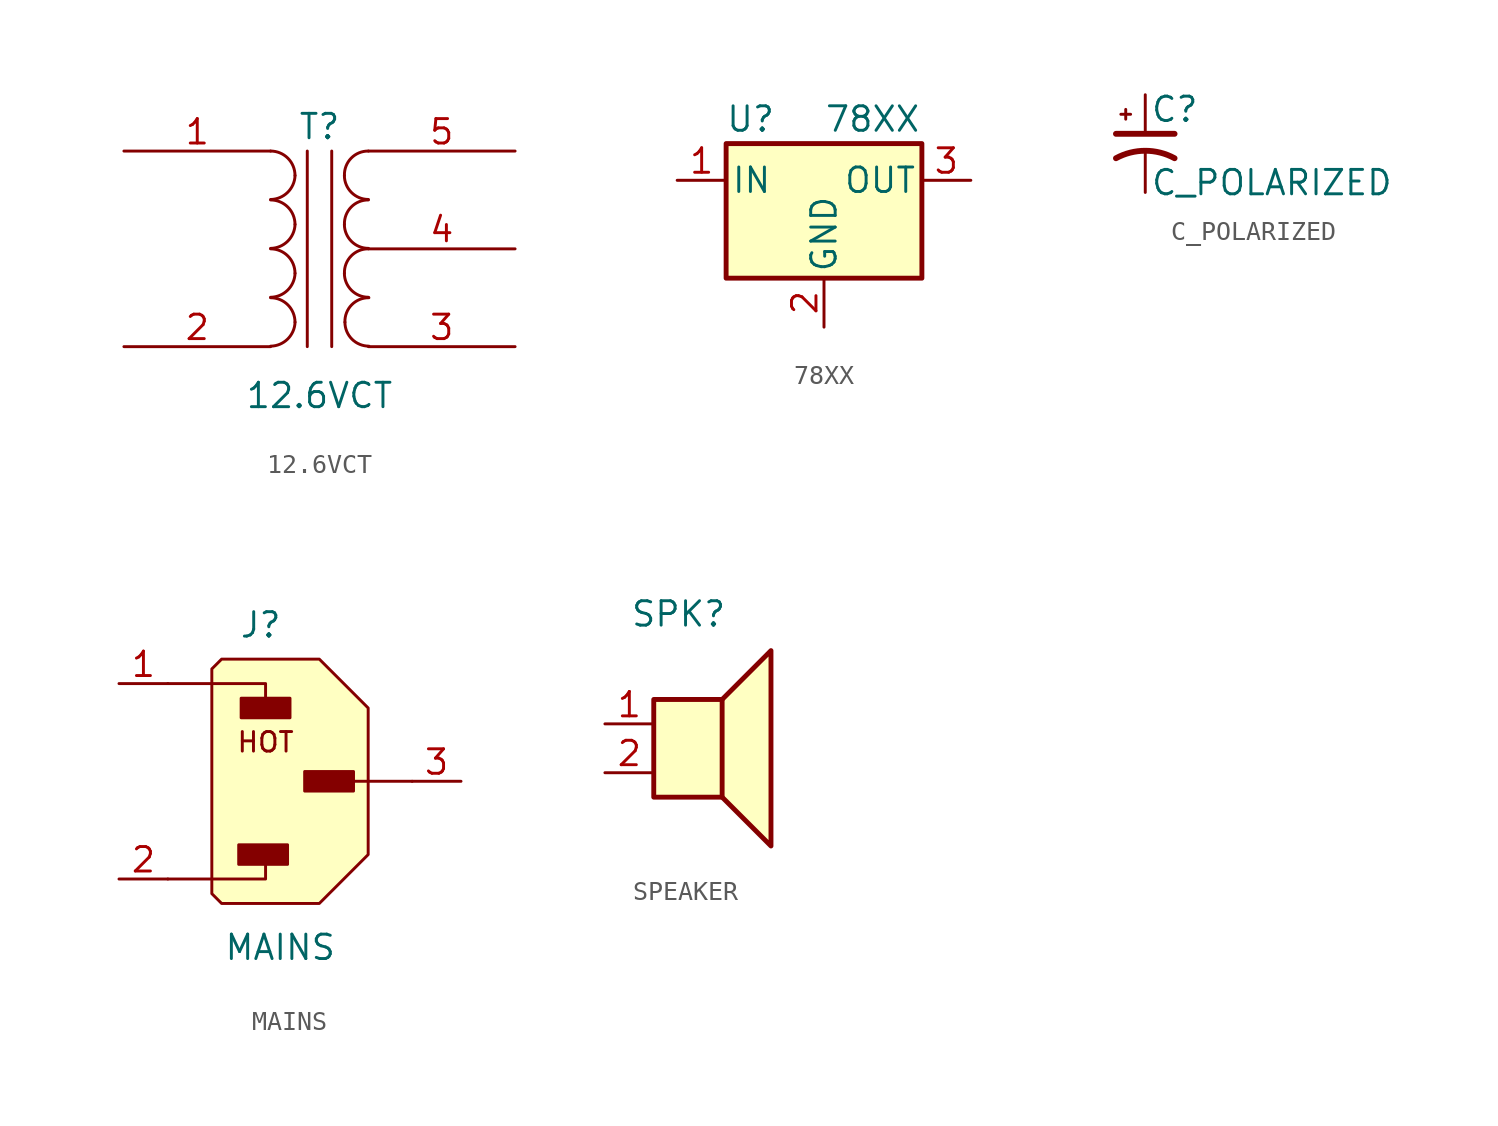
<source format=kicad_sym>
(kicad_symbol_lib
  (version 20241209)
  (generator "kicad_symbol_editor")
  (generator_version "9.0")
  (symbol "12.6VCT"
    (pin_names
      (offset 1.016)
      (hide yes))
    (property "Reference" "T"
      (at 0 6.35 0)
      (effects (font (size 1.27 1.27))))
    (property "Value" "12.6VCT"
      (at 0 -7.62 0)
      (effects (font (size 1.27 1.27))))
    (symbol "12.6VCT_0_1"
      (arc (start -1.27 3.81) (mid -1.656 2.9336) (end -2.54 2.5654) (stroke (width 0) (type default)) (fill (type none)))
      (arc (start -1.27 1.27) (mid -1.656 0.3936) (end -2.54 0.0254) (stroke (width 0) (type default)) (fill (type none)))
      (arc (start -1.27 -1.27) (mid -1.656 -2.1464) (end -2.54 -2.5146) (stroke (width 0) (type default)) (fill (type none)))
      (arc (start -1.27 -3.81) (mid -1.656 -4.6864) (end -2.54 -5.0546) (stroke (width 0) (type default)) (fill (type none)))
      (arc (start -2.54 5.08) (mid -1.642 4.708) (end -1.27 3.81) (stroke (width 0) (type default)) (fill (type none)))
      (arc (start -2.54 2.54) (mid -1.642 2.168) (end -1.27 1.27) (stroke (width 0) (type default)) (fill (type none)))
      (arc (start -2.54 0) (mid -1.642 -0.372) (end -1.27 -1.27) (stroke (width 0) (type default)) (fill (type none)))
      (arc (start -2.54 -2.54) (mid -1.642 -2.912) (end -1.27 -3.81) (stroke (width 0) (type default)) (fill (type none)))
      (polyline (pts (xy -0.635 5.08) (xy -0.635 -5.08)) (stroke (width 0) (type default)) (fill (type none)))
      (polyline (pts (xy 0.635 -5.08) (xy 0.635 5.08)) (stroke (width 0) (type default)) (fill (type none)))
      (arc (start 1.2954 3.81) (mid 1.6457 4.7117) (end 2.54 5.08) (stroke (width 0) (type default)) (fill (type none)))
      (arc (start 1.2954 1.27) (mid 1.6457 2.1717) (end 2.54 2.54) (stroke (width 0) (type default)) (fill (type none)))
      (arc (start 1.2954 -1.27) (mid 1.6457 -0.3683) (end 2.54 0) (stroke (width 0) (type default)) (fill (type none)))
      (arc (start 2.54 2.5654) (mid 1.6599 2.9299) (end 1.2954 3.81) (stroke (width 0) (type default)) (fill (type none)))
      (arc (start 2.54 0.0254) (mid 1.6599 0.3899) (end 1.2954 1.27) (stroke (width 0) (type default)) (fill (type none)))
      (arc (start 2.54 -2.5146) (mid 1.6599 -2.1501) (end 1.2954 -1.27) (stroke (width 0) (type default)) (fill (type none)))
      (arc (start 1.3208 -3.81) (mid 1.6711 -2.9085) (end 2.5654 -2.54) (stroke (width 0) (type default)) (fill (type none)))
      (arc (start 2.5654 -5.0546) (mid 1.6851 -4.6902) (end 1.3208 -3.81) (stroke (width 0) (type default)) (fill (type none))))
    (symbol "12.6VCT_1_1"
      (pin passive line (at -10.16 5.08 0) (length 7.62) (name "AA" (effects (font (size 1.27 1.27)))) (number "1" (effects (font (size 1.27 1.27)))))
      (pin passive line (at -10.16 -5.08 0) (length 7.62) (name "AB" (effects (font (size 1.27 1.27)))) (number "2" (effects (font (size 1.27 1.27)))))
      (pin passive line (at 10.16 5.08 180) (length 7.62) (name "SB" (effects (font (size 1.27 1.27)))) (number "5" (effects (font (size 1.27 1.27)))))
      (pin passive line (at 10.16 0 180) (length 7.62) (name "SC" (effects (font (size 1.27 1.27)))) (number "4" (effects (font (size 1.27 1.27)))))
      (pin passive line (at 10.16 -5.08 180) (length 7.62) (name "SA" (effects (font (size 1.27 1.27)))) (number "3" (effects (font (size 1.27 1.27)))))))
  (symbol "78XX"
    (pin_names
      (offset 0.254))
    (property "Reference" "U"
      (at -3.81 3.175 0)
      (effects (font (size 1.27 1.27))))
    (property "Value" "78XX"
      (at 0 3.175 0)
      (effects (font (size 1.27 1.27)) (justify left)))
    (symbol "78XX_0_1"
      (rectangle (start -5.08 1.905) (end 5.08 -5.08) (stroke (width 0.254) (type default)) (fill (type background))))
    (symbol "78XX_1_1"
      (pin passive line (at -7.62 0 0) (length 2.54) (name "IN" (effects (font (size 1.27 1.27)))) (number "1" (effects (font (size 1.27 1.27)))))
      (pin passive line (at 0 -7.62 90) (length 2.54) (name "GND" (effects (font (size 1.27 1.27)))) (number "2" (effects (font (size 1.27 1.27)))))
      (pin passive line (at 7.62 0 180) (length 2.54) (name "OUT" (effects (font (size 1.27 1.27)))) (number "3" (effects (font (size 1.27 1.27)))))))
  (symbol "C_POLARIZED"
    (pin_numbers
      (hide yes))
    (pin_names
      (offset 0.254)
      (hide yes))
    (property "Reference" "C"
      (at 0.254 1.778 0)
      (effects (font (size 1.27 1.27)) (justify left)))
    (property "Value" "C_POLARIZED"
      (at 0.254 -2.032 0)
      (effects (font (size 1.27 1.27)) (justify left)))
    (symbol "C_POLARIZED_0_1"
      (polyline (pts (xy -1.524 0.508) (xy 1.524 0.508)) (stroke (width 0.305) (type default)) (fill (type none)))
      (polyline (pts (xy -1.27 1.524) (xy -0.762 1.524)) (stroke (width 0) (type default)) (fill (type none)))
      (polyline (pts (xy -1.016 1.27) (xy -1.016 1.778)) (stroke (width 0) (type default)) (fill (type none)))
      (arc (start -1.524 -0.762) (mid 0 -0.3734) (end 1.524 -0.762) (stroke (width 0.3048) (type default)) (fill (type none))))
    (symbol "C_POLARIZED_1_1"
      (pin passive line (at 0 2.54 270) (length 2.032) (name "~" (effects (font (size 1.27 1.27)))) (number "1" (effects (font (size 1.27 1.27)))))
      (pin passive line (at 0 -2.54 90) (length 2.032) (name "~" (effects (font (size 1.27 1.27)))) (number "2" (effects (font (size 1.27 1.27)))))))
  (symbol "MAINS"
    (property "Reference" "J"
      (at -2.794 8.128 0)
      (effects (font (size 1.27 1.27))))
    (property "Value" "MAINS"
      (at -1.778 -8.636 0)
      (effects (font (size 1.27 1.27))))
    (symbol "MAINS_0_1"
      (polyline (pts (xy -7.62 5.08) (xy -2.54 5.08) (xy -2.54 3.81)) (stroke (width 0) (type default)) (fill (type none)))
      (polyline (pts (xy -7.62 -5.08) (xy -2.54 -5.08) (xy -2.54 -3.81)) (stroke (width 0) (type default)) (fill (type none)))
      (polyline (pts (xy 5.08 0) (xy 1.27 0)) (stroke (width 0) (type default)) (fill (type none))))
    (symbol "MAINS_1_1"
      (polyline (pts (xy -4.826 -6.35) (xy -5.334 -5.842) (xy -5.334 5.842) (xy -4.826 6.35) (xy 0.254 6.35) (xy 2.794 3.81) (xy 2.794 -3.81) (xy 0.254 -6.35) (xy -4.826 -6.35)) (stroke (width 0) (type default)) (fill (type background)))
      (rectangle (start -3.937 -3.302) (end -1.397 -4.318) (stroke (width 0) (type default)) (fill (type outline)))
      (rectangle (start -3.81 4.318) (end -1.27 3.302) (stroke (width 0) (type default)) (fill (type outline)))
      (rectangle (start -0.508 0.508) (end 2.032 -0.508) (stroke (width 0) (type default)) (fill (type outline)))
      (text "HOT" (at -2.54 2.032 0) (effects (font (size 1.016 1.016))))
      (pin passive line (at -10.16 5.08 0) (length 2.54) (name "" (effects (font (size 1.27 1.27)))) (number "1" (effects (font (size 1.27 1.27)))))
      (pin passive line (at -10.16 -5.08 0) (length 2.54) (name "" (effects (font (size 1.27 1.27)))) (number "2" (effects (font (size 1.27 1.27)))))
      (pin passive line (at 7.62 0 180) (length 2.54) (name "" (effects (font (size 1.27 1.27)))) (number "3" (effects (font (size 1.27 1.27)))))))
  (symbol "SPEAKER"
    (pin_names
      (offset 0)
      (hide yes))
    (property "Reference" "SPK"
      (at 1.27 5.715 0)
      (effects (font (size 1.27 1.27)) (justify right)))
    (symbol "SPEAKER_1_0"
      (rectangle (start -2.54 1.27) (end 1.016 -3.81) (stroke (width 0.254) (type solid)) (fill (type background)))
      (polyline (pts (xy 1.016 1.27) (xy 3.556 3.81) (xy 3.556 -6.35) (xy 1.016 -3.81)) (stroke (width 0.254) (type solid)) (fill (type background))))
    (symbol "SPEAKER_1_1"
      (pin input line (at -5.08 0 0) (length 2.54) (name "1" (effects (font (size 1.27 1.27)))) (number "1" (effects (font (size 1.27 1.27)))))
      (pin input line (at -5.08 -2.54 0) (length 2.54) (name "2" (effects (font (size 1.27 1.27)))) (number "2" (effects (font (size 1.27 1.27))))))))
</source>
